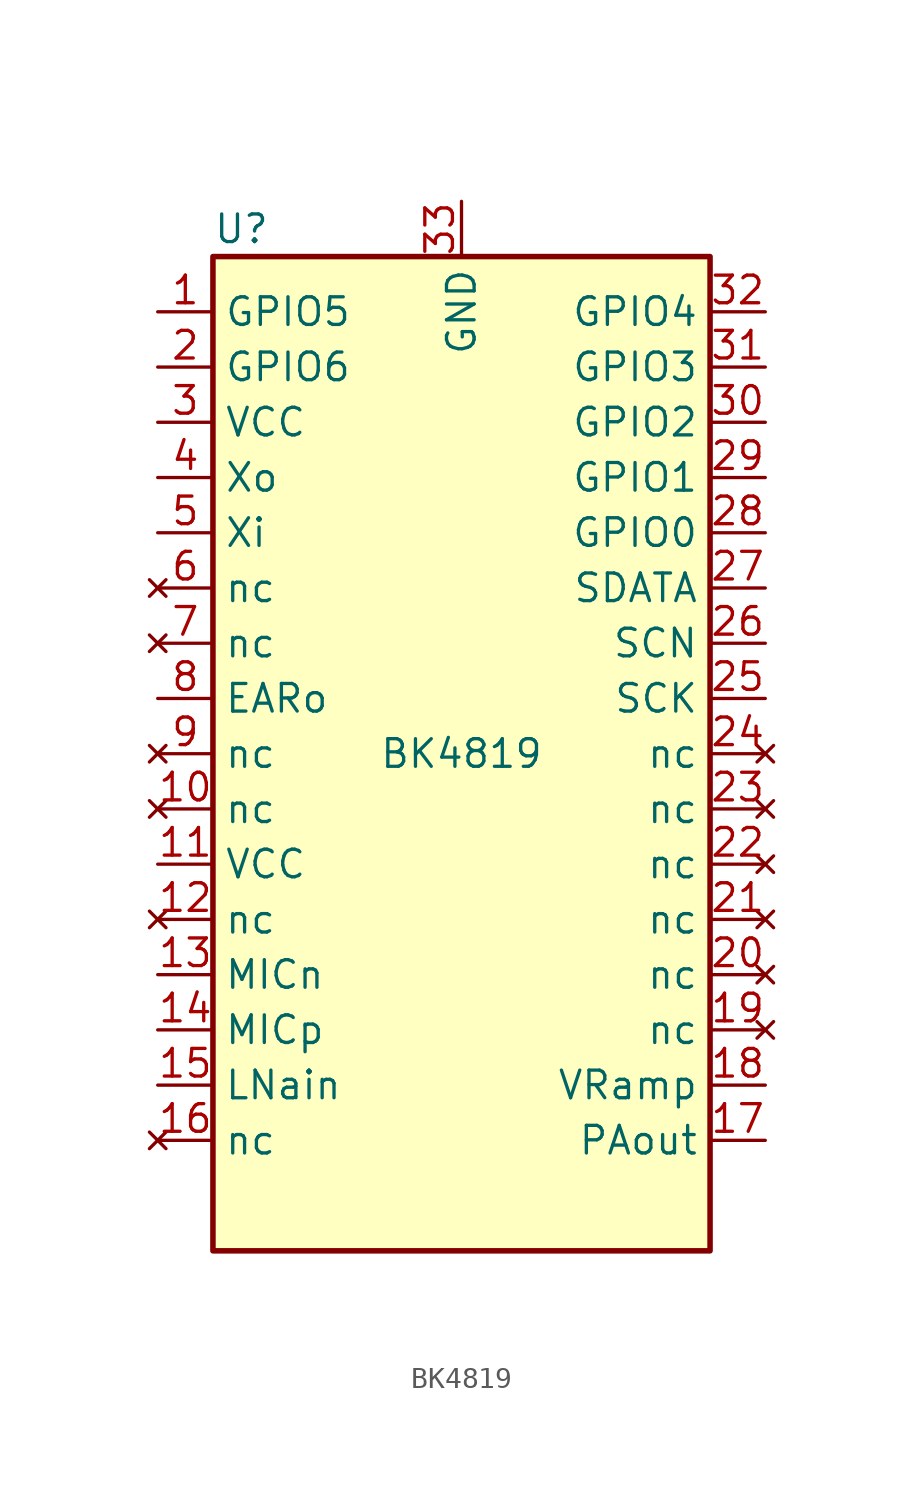
<source format=kicad_sym>
(kicad_symbol_lib
  (version 20220914)
  (generator kicad_symbol_editor)
  (symbol "BK4819"
    (property "Reference" "U"
      (at -11.43 24.13 0)
      (effects (font (size 1.27 1.27)) (justify left)))
    (property "Value" "BK4819"
      (at 0 0 0)
      (effects (font (size 1.27 1.27))))
    (property "ki_locked" ""
      (at 0 0 0)
      (effects (font (size 1.27 1.27))))
    (symbol "BK4819_0_1"
      (rectangle (start -11.43 22.86) (end 11.43 -22.86) (stroke (width 0.254) (type default)) (fill (type background))))
    (symbol "BK4819_1_1"
      (pin bidirectional line (at -13.97 20.32 0) (length 2.54) (name "GPIO5" (effects (font (size 1.27 1.27)))) (number "1" (effects (font (size 1.27 1.27)))))
      (pin no_connect line (at -13.97 -2.54 0) (length 2.54) (name "nc" (effects (font (size 1.27 1.27)))) (number "10" (effects (font (size 1.27 1.27)))) (alternate "ADC_IN4" bidirectional line) (alternate "SPI1_NSS" bidirectional line) (alternate "TIM14_CH1" bidirectional line) (alternate "USART1_CK" bidirectional line))
      (pin power_in line (at -13.97 -5.08 0) (length 2.54) (name "VCC" (effects (font (size 1.27 1.27)))) (number "11" (effects (font (size 1.27 1.27)))) (alternate "ADC_IN5" bidirectional line) (alternate "SPI1_SCK" bidirectional line))
      (pin no_connect line (at -13.97 -7.62 0) (length 2.54) (name "nc" (effects (font (size 1.27 1.27)))) (number "12" (effects (font (size 1.27 1.27)))) (alternate "ADC_IN6" bidirectional line) (alternate "SPI1_MISO" bidirectional line) (alternate "TIM16_CH1" bidirectional line) (alternate "TIM1_BKIN" bidirectional line) (alternate "TIM3_CH1" bidirectional line))
      (pin input line (at -13.97 -10.16 0) (length 2.54) (name "MICn" (effects (font (size 1.27 1.27)))) (number "13" (effects (font (size 1.27 1.27)))) (alternate "ADC_IN7" bidirectional line) (alternate "SPI1_MOSI" bidirectional line) (alternate "TIM14_CH1" bidirectional line) (alternate "TIM17_CH1" bidirectional line) (alternate "TIM1_CH1N" bidirectional line) (alternate "TIM3_CH2" bidirectional line))
      (pin input line (at -13.97 -12.7 0) (length 2.54) (name "MICp" (effects (font (size 1.27 1.27)))) (number "14" (effects (font (size 1.27 1.27)))) (alternate "ADC_IN8" bidirectional line) (alternate "TIM1_CH2N" bidirectional line) (alternate "TIM3_CH3" bidirectional line))
      (pin input line (at -13.97 -15.24 0) (length 2.54) (name "LNain" (effects (font (size 1.27 1.27)))) (number "15" (effects (font (size 1.27 1.27)))) (alternate "ADC_IN9" bidirectional line) (alternate "TIM14_CH1" bidirectional line) (alternate "TIM1_CH3N" bidirectional line) (alternate "TIM3_CH4" bidirectional line))
      (pin no_connect line (at -13.97 -17.78 0) (length 2.54) (name "nc" (effects (font (size 1.27 1.27)))) (number "16" (effects (font (size 1.27 1.27)))))
      (pin output line (at 13.97 -17.78 180) (length 2.54) (name "PAout" (effects (font (size 1.27 1.27)))) (number "17" (effects (font (size 1.27 1.27)))))
      (pin output line (at 13.97 -15.24 180) (length 2.54) (name "VRamp" (effects (font (size 1.27 1.27)))) (number "18" (effects (font (size 1.27 1.27)))) (alternate "RCC_MCO" bidirectional line) (alternate "TIM1_CH1" bidirectional line) (alternate "USART1_CK" bidirectional line))
      (pin no_connect line (at 13.97 -12.7 180) (length 2.54) (name "nc" (effects (font (size 1.27 1.27)))) (number "19" (effects (font (size 1.27 1.27)))) (alternate "I2C1_SCL" bidirectional line) (alternate "TIM1_CH2" bidirectional line) (alternate "USART1_TX" bidirectional line))
      (pin bidirectional line (at -13.97 17.78 0) (length 2.54) (name "GPIO6" (effects (font (size 1.27 1.27)))) (number "2" (effects (font (size 1.27 1.27)))) (alternate "RCC_OSC_IN" bidirectional line))
      (pin no_connect line (at 13.97 -10.16 180) (length 2.54) (name "nc" (effects (font (size 1.27 1.27)))) (number "20" (effects (font (size 1.27 1.27)))) (alternate "I2C1_SDA" bidirectional line) (alternate "TIM17_BKIN" bidirectional line) (alternate "TIM1_CH3" bidirectional line) (alternate "USART1_RX" bidirectional line))
      (pin no_connect line (at 13.97 -7.62 180) (length 2.54) (name "nc" (effects (font (size 1.27 1.27)))) (number "21" (effects (font (size 1.27 1.27)))) (alternate "TIM1_CH4" bidirectional line) (alternate "USART1_CTS" bidirectional line))
      (pin no_connect line (at 13.97 -5.08 180) (length 2.54) (name "nc" (effects (font (size 1.27 1.27)))) (number "22" (effects (font (size 1.27 1.27)))) (alternate "TIM1_ETR" bidirectional line) (alternate "USART1_DE" bidirectional line) (alternate "USART1_RTS" bidirectional line))
      (pin no_connect line (at 13.97 -2.54 180) (length 2.54) (name "nc" (effects (font (size 1.27 1.27)))) (number "23" (effects (font (size 1.27 1.27)))) (alternate "IR_OUT" bidirectional line) (alternate "SYS_SWDIO" bidirectional line))
      (pin no_connect line (at 13.97 0 180) (length 2.54) (name "nc" (effects (font (size 1.27 1.27)))) (number "24" (effects (font (size 1.27 1.27)))) (alternate "SYS_SWCLK" bidirectional line) (alternate "USART1_TX" bidirectional line))
      (pin input line (at 13.97 2.54 180) (length 2.54) (name "SCK" (effects (font (size 1.27 1.27)))) (number "25" (effects (font (size 1.27 1.27)))) (alternate "SPI1_NSS" bidirectional line) (alternate "USART1_RX" bidirectional line))
      (pin input line (at 13.97 5.08 180) (length 2.54) (name "SCN" (effects (font (size 1.27 1.27)))) (number "26" (effects (font (size 1.27 1.27)))) (alternate "SPI1_SCK" bidirectional line))
      (pin bidirectional line (at 13.97 7.62 180) (length 2.54) (name "SDATA" (effects (font (size 1.27 1.27)))) (number "27" (effects (font (size 1.27 1.27)))) (alternate "SPI1_MISO" bidirectional line) (alternate "TIM3_CH1" bidirectional line))
      (pin bidirectional line (at 13.97 10.16 180) (length 2.54) (name "GPIO0" (effects (font (size 1.27 1.27)))) (number "28" (effects (font (size 1.27 1.27)))) (alternate "I2C1_SMBA" bidirectional line) (alternate "SPI1_MOSI" bidirectional line) (alternate "TIM16_BKIN" bidirectional line) (alternate "TIM3_CH2" bidirectional line))
      (pin bidirectional line (at 13.97 12.7 180) (length 2.54) (name "GPIO1" (effects (font (size 1.27 1.27)))) (number "29" (effects (font (size 1.27 1.27)))) (alternate "I2C1_SCL" bidirectional line) (alternate "TIM16_CH1N" bidirectional line) (alternate "USART1_TX" bidirectional line))
      (pin power_in line (at -13.97 15.24 0) (length 2.54) (name "VCC" (effects (font (size 1.27 1.27)))) (number "3" (effects (font (size 1.27 1.27)))) (alternate "RCC_OSC_OUT" bidirectional line))
      (pin bidirectional line (at 13.97 15.24 180) (length 2.54) (name "GPIO2" (effects (font (size 1.27 1.27)))) (number "30" (effects (font (size 1.27 1.27)))) (alternate "I2C1_SDA" bidirectional line) (alternate "TIM17_CH1N" bidirectional line) (alternate "USART1_RX" bidirectional line))
      (pin bidirectional line (at 13.97 17.78 180) (length 2.54) (name "GPIO3" (effects (font (size 1.27 1.27)))) (number "31" (effects (font (size 1.27 1.27)))))
      (pin bidirectional line (at 13.97 20.32 180) (length 2.54) (name "GPIO4" (effects (font (size 1.27 1.27)))) (number "32" (effects (font (size 1.27 1.27)))))
      (pin bidirectional line (at 0 25.4 270) (length 2.54) (name "GND" (effects (font (size 1.27 1.27)))) (number "33" (effects (font (size 1.27 1.27)))))
      (pin output line (at -13.97 12.7 0) (length 2.54) (name "Xo" (effects (font (size 1.27 1.27)))) (number "4" (effects (font (size 1.27 1.27)))))
      (pin input line (at -13.97 10.16 0) (length 2.54) (name "Xi" (effects (font (size 1.27 1.27)))) (number "5" (effects (font (size 1.27 1.27)))))
      (pin no_connect line (at -13.97 7.62 0) (length 2.54) (name "nc" (effects (font (size 1.27 1.27)))) (number "6" (effects (font (size 1.27 1.27)))) (alternate "ADC_IN0" bidirectional line) (alternate "RTC_TAMP2" bidirectional line) (alternate "SYS_WKUP1" bidirectional line) (alternate "USART1_CTS" bidirectional line))
      (pin no_connect line (at -13.97 5.08 0) (length 2.54) (name "nc" (effects (font (size 1.27 1.27)))) (number "7" (effects (font (size 1.27 1.27)))) (alternate "ADC_IN1" bidirectional line) (alternate "USART1_DE" bidirectional line) (alternate "USART1_RTS" bidirectional line))
      (pin output line (at -13.97 2.54 0) (length 2.54) (name "EARo" (effects (font (size 1.27 1.27)))) (number "8" (effects (font (size 1.27 1.27)))) (alternate "ADC_IN2" bidirectional line) (alternate "USART1_TX" bidirectional line))
      (pin no_connect line (at -13.97 0 0) (length 2.54) (name "nc" (effects (font (size 1.27 1.27)))) (number "9" (effects (font (size 1.27 1.27)))) (alternate "ADC_IN3" bidirectional line) (alternate "USART1_RX" bidirectional line)))))
</source>
